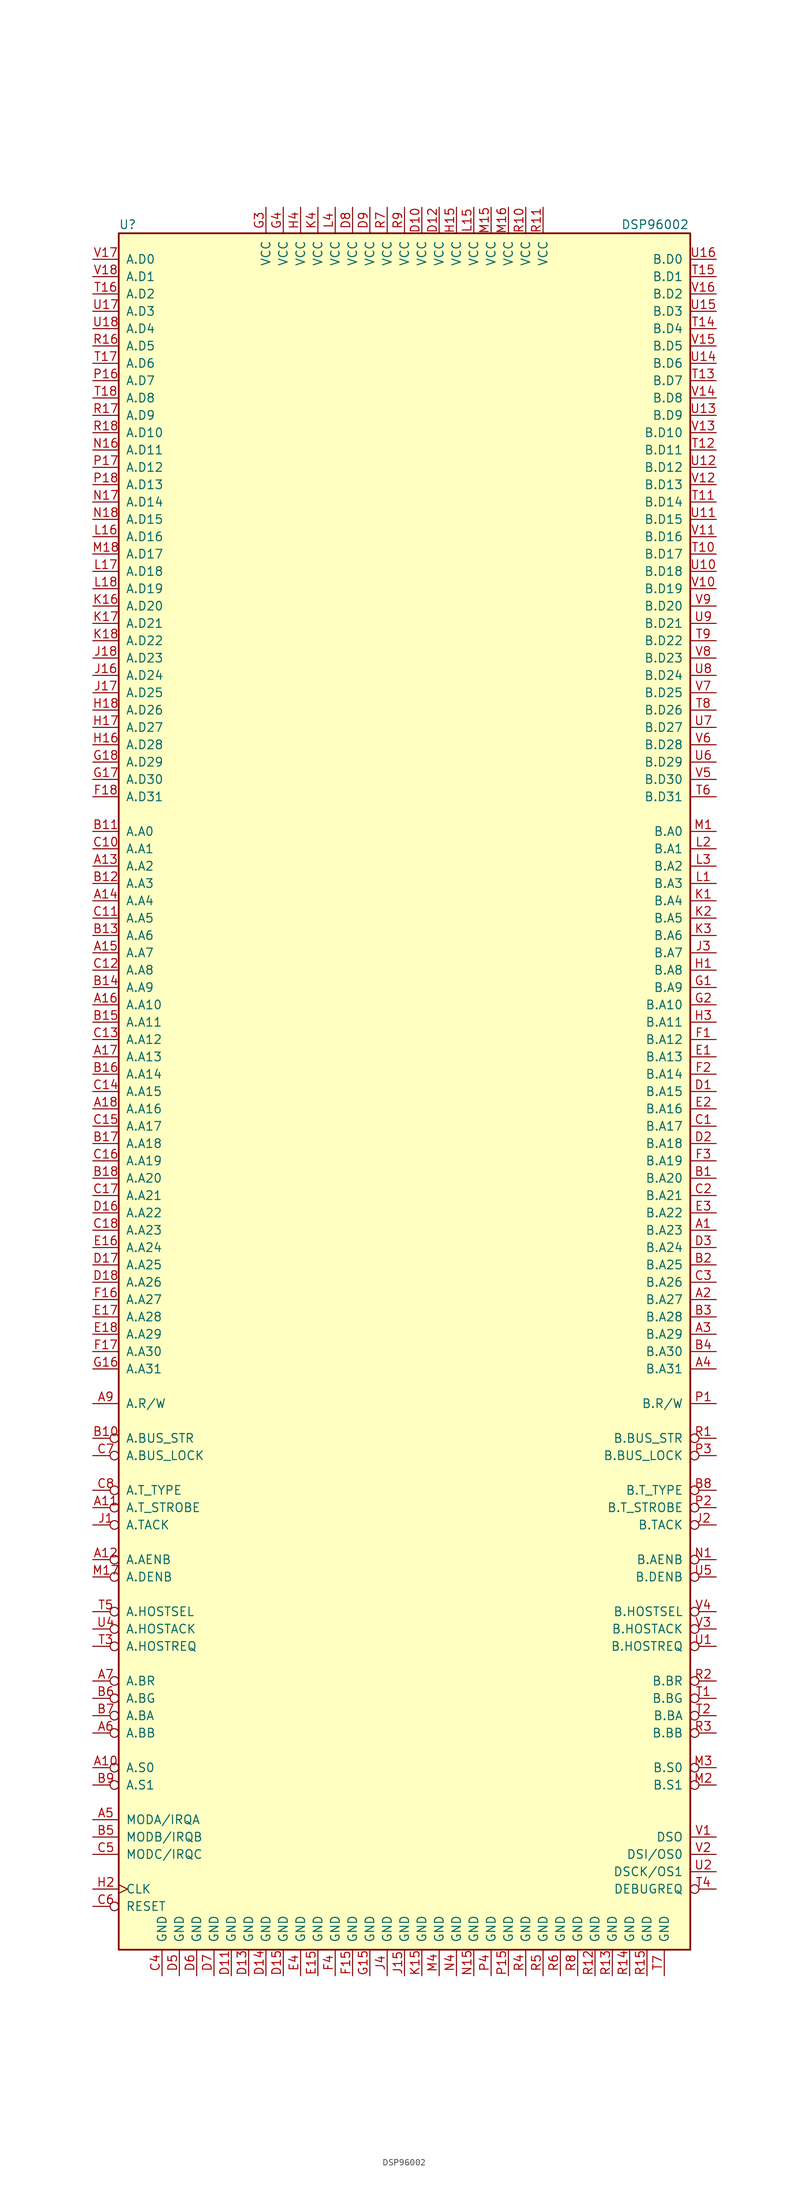
<source format=kicad_sym>
(kicad_symbol_lib
  (version 20241209)
  (generator "kicad_symbol_editor")
  (generator_version "9.0")
  (symbol "DSP96002"
    (pin_names
      (offset 1.016))
    (property "Reference" "U"
      (at -41.91 127 0)
      (effects (font (size 1.27 1.27)) (justify left)))
    (property "Value" "DSP96002"
      (at 31.75 127 0)
      (effects (font (size 1.27 1.27)) (justify left)))
    (symbol "DSP96002_0_1"
      (rectangle (start -41.91 -125.73) (end 41.91 125.73) (stroke (width 0.254) (type default)) (fill (type background))))
    (symbol "DSP96002_1_1"
      (pin tri_state line (at -45.72 121.92 0) (length 3.81) (name "A.D0" (effects (font (size 1.27 1.27)))) (number "V17" (effects (font (size 1.27 1.27)))))
      (pin tri_state line (at -45.72 119.38 0) (length 3.81) (name "A.D1" (effects (font (size 1.27 1.27)))) (number "V18" (effects (font (size 1.27 1.27)))))
      (pin tri_state line (at -45.72 116.84 0) (length 3.81) (name "A.D2" (effects (font (size 1.27 1.27)))) (number "T16" (effects (font (size 1.27 1.27)))))
      (pin tri_state line (at -45.72 114.3 0) (length 3.81) (name "A.D3" (effects (font (size 1.27 1.27)))) (number "U17" (effects (font (size 1.27 1.27)))))
      (pin tri_state line (at -45.72 111.76 0) (length 3.81) (name "A.D4" (effects (font (size 1.27 1.27)))) (number "U18" (effects (font (size 1.27 1.27)))))
      (pin tri_state line (at -45.72 109.22 0) (length 3.81) (name "A.D5" (effects (font (size 1.27 1.27)))) (number "R16" (effects (font (size 1.27 1.27)))))
      (pin tri_state line (at -45.72 106.68 0) (length 3.81) (name "A.D6" (effects (font (size 1.27 1.27)))) (number "T17" (effects (font (size 1.27 1.27)))))
      (pin tri_state line (at -45.72 104.14 0) (length 3.81) (name "A.D7" (effects (font (size 1.27 1.27)))) (number "P16" (effects (font (size 1.27 1.27)))))
      (pin tri_state line (at -45.72 101.6 0) (length 3.81) (name "A.D8" (effects (font (size 1.27 1.27)))) (number "T18" (effects (font (size 1.27 1.27)))))
      (pin tri_state line (at -45.72 99.06 0) (length 3.81) (name "A.D9" (effects (font (size 1.27 1.27)))) (number "R17" (effects (font (size 1.27 1.27)))))
      (pin tri_state line (at -45.72 96.52 0) (length 3.81) (name "A.D10" (effects (font (size 1.27 1.27)))) (number "R18" (effects (font (size 1.27 1.27)))))
      (pin tri_state line (at -45.72 93.98 0) (length 3.81) (name "A.D11" (effects (font (size 1.27 1.27)))) (number "N16" (effects (font (size 1.27 1.27)))))
      (pin tri_state line (at -45.72 91.44 0) (length 3.81) (name "A.D12" (effects (font (size 1.27 1.27)))) (number "P17" (effects (font (size 1.27 1.27)))))
      (pin tri_state line (at -45.72 88.9 0) (length 3.81) (name "A.D13" (effects (font (size 1.27 1.27)))) (number "P18" (effects (font (size 1.27 1.27)))))
      (pin tri_state line (at -45.72 86.36 0) (length 3.81) (name "A.D14" (effects (font (size 1.27 1.27)))) (number "N17" (effects (font (size 1.27 1.27)))))
      (pin tri_state line (at -45.72 83.82 0) (length 3.81) (name "A.D15" (effects (font (size 1.27 1.27)))) (number "N18" (effects (font (size 1.27 1.27)))))
      (pin tri_state line (at -45.72 81.28 0) (length 3.81) (name "A.D16" (effects (font (size 1.27 1.27)))) (number "L16" (effects (font (size 1.27 1.27)))))
      (pin tri_state line (at -45.72 78.74 0) (length 3.81) (name "A.D17" (effects (font (size 1.27 1.27)))) (number "M18" (effects (font (size 1.27 1.27)))))
      (pin tri_state line (at -45.72 76.2 0) (length 3.81) (name "A.D18" (effects (font (size 1.27 1.27)))) (number "L17" (effects (font (size 1.27 1.27)))))
      (pin tri_state line (at -45.72 73.66 0) (length 3.81) (name "A.D19" (effects (font (size 1.27 1.27)))) (number "L18" (effects (font (size 1.27 1.27)))))
      (pin tri_state line (at -45.72 71.12 0) (length 3.81) (name "A.D20" (effects (font (size 1.27 1.27)))) (number "K16" (effects (font (size 1.27 1.27)))))
      (pin tri_state line (at -45.72 68.58 0) (length 3.81) (name "A.D21" (effects (font (size 1.27 1.27)))) (number "K17" (effects (font (size 1.27 1.27)))))
      (pin tri_state line (at -45.72 66.04 0) (length 3.81) (name "A.D22" (effects (font (size 1.27 1.27)))) (number "K18" (effects (font (size 1.27 1.27)))))
      (pin tri_state line (at -45.72 63.5 0) (length 3.81) (name "A.D23" (effects (font (size 1.27 1.27)))) (number "J18" (effects (font (size 1.27 1.27)))))
      (pin tri_state line (at -45.72 60.96 0) (length 3.81) (name "A.D24" (effects (font (size 1.27 1.27)))) (number "J16" (effects (font (size 1.27 1.27)))))
      (pin tri_state line (at -45.72 58.42 0) (length 3.81) (name "A.D25" (effects (font (size 1.27 1.27)))) (number "J17" (effects (font (size 1.27 1.27)))))
      (pin tri_state line (at -45.72 55.88 0) (length 3.81) (name "A.D26" (effects (font (size 1.27 1.27)))) (number "H18" (effects (font (size 1.27 1.27)))))
      (pin tri_state line (at -45.72 53.34 0) (length 3.81) (name "A.D27" (effects (font (size 1.27 1.27)))) (number "H17" (effects (font (size 1.27 1.27)))))
      (pin tri_state line (at -45.72 50.8 0) (length 3.81) (name "A.D28" (effects (font (size 1.27 1.27)))) (number "H16" (effects (font (size 1.27 1.27)))))
      (pin tri_state line (at -45.72 48.26 0) (length 3.81) (name "A.D29" (effects (font (size 1.27 1.27)))) (number "G18" (effects (font (size 1.27 1.27)))))
      (pin tri_state line (at -45.72 45.72 0) (length 3.81) (name "A.D30" (effects (font (size 1.27 1.27)))) (number "G17" (effects (font (size 1.27 1.27)))))
      (pin tri_state line (at -45.72 43.18 0) (length 3.81) (name "A.D31" (effects (font (size 1.27 1.27)))) (number "F18" (effects (font (size 1.27 1.27)))))
      (pin tri_state line (at -45.72 38.1 0) (length 3.81) (name "A.A0" (effects (font (size 1.27 1.27)))) (number "B11" (effects (font (size 1.27 1.27)))))
      (pin tri_state line (at -45.72 35.56 0) (length 3.81) (name "A.A1" (effects (font (size 1.27 1.27)))) (number "C10" (effects (font (size 1.27 1.27)))))
      (pin tri_state line (at -45.72 33.02 0) (length 3.81) (name "A.A2" (effects (font (size 1.27 1.27)))) (number "A13" (effects (font (size 1.27 1.27)))))
      (pin tri_state line (at -45.72 30.48 0) (length 3.81) (name "A.A3" (effects (font (size 1.27 1.27)))) (number "B12" (effects (font (size 1.27 1.27)))))
      (pin tri_state line (at -45.72 27.94 0) (length 3.81) (name "A.A4" (effects (font (size 1.27 1.27)))) (number "A14" (effects (font (size 1.27 1.27)))))
      (pin tri_state line (at -45.72 25.4 0) (length 3.81) (name "A.A5" (effects (font (size 1.27 1.27)))) (number "C11" (effects (font (size 1.27 1.27)))))
      (pin tri_state line (at -45.72 22.86 0) (length 3.81) (name "A.A6" (effects (font (size 1.27 1.27)))) (number "B13" (effects (font (size 1.27 1.27)))))
      (pin tri_state line (at -45.72 20.32 0) (length 3.81) (name "A.A7" (effects (font (size 1.27 1.27)))) (number "A15" (effects (font (size 1.27 1.27)))))
      (pin tri_state line (at -45.72 17.78 0) (length 3.81) (name "A.A8" (effects (font (size 1.27 1.27)))) (number "C12" (effects (font (size 1.27 1.27)))))
      (pin tri_state line (at -45.72 15.24 0) (length 3.81) (name "A.A9" (effects (font (size 1.27 1.27)))) (number "B14" (effects (font (size 1.27 1.27)))))
      (pin tri_state line (at -45.72 12.7 0) (length 3.81) (name "A.A10" (effects (font (size 1.27 1.27)))) (number "A16" (effects (font (size 1.27 1.27)))))
      (pin tri_state line (at -45.72 10.16 0) (length 3.81) (name "A.A11" (effects (font (size 1.27 1.27)))) (number "B15" (effects (font (size 1.27 1.27)))))
      (pin tri_state line (at -45.72 7.62 0) (length 3.81) (name "A.A12" (effects (font (size 1.27 1.27)))) (number "C13" (effects (font (size 1.27 1.27)))))
      (pin tri_state line (at -45.72 5.08 0) (length 3.81) (name "A.A13" (effects (font (size 1.27 1.27)))) (number "A17" (effects (font (size 1.27 1.27)))))
      (pin tri_state line (at -45.72 2.54 0) (length 3.81) (name "A.A14" (effects (font (size 1.27 1.27)))) (number "B16" (effects (font (size 1.27 1.27)))))
      (pin tri_state line (at -45.72 0 0) (length 3.81) (name "A.A15" (effects (font (size 1.27 1.27)))) (number "C14" (effects (font (size 1.27 1.27)))))
      (pin tri_state line (at -45.72 -2.54 0) (length 3.81) (name "A.A16" (effects (font (size 1.27 1.27)))) (number "A18" (effects (font (size 1.27 1.27)))))
      (pin tri_state line (at -45.72 -5.08 0) (length 3.81) (name "A.A17" (effects (font (size 1.27 1.27)))) (number "C15" (effects (font (size 1.27 1.27)))))
      (pin tri_state line (at -45.72 -7.62 0) (length 3.81) (name "A.A18" (effects (font (size 1.27 1.27)))) (number "B17" (effects (font (size 1.27 1.27)))))
      (pin tri_state line (at -45.72 -10.16 0) (length 3.81) (name "A.A19" (effects (font (size 1.27 1.27)))) (number "C16" (effects (font (size 1.27 1.27)))))
      (pin tri_state line (at -45.72 -12.7 0) (length 3.81) (name "A.A20" (effects (font (size 1.27 1.27)))) (number "B18" (effects (font (size 1.27 1.27)))))
      (pin tri_state line (at -45.72 -15.24 0) (length 3.81) (name "A.A21" (effects (font (size 1.27 1.27)))) (number "C17" (effects (font (size 1.27 1.27)))))
      (pin tri_state line (at -45.72 -17.78 0) (length 3.81) (name "A.A22" (effects (font (size 1.27 1.27)))) (number "D16" (effects (font (size 1.27 1.27)))))
      (pin tri_state line (at -45.72 -20.32 0) (length 3.81) (name "A.A23" (effects (font (size 1.27 1.27)))) (number "C18" (effects (font (size 1.27 1.27)))))
      (pin tri_state line (at -45.72 -22.86 0) (length 3.81) (name "A.A24" (effects (font (size 1.27 1.27)))) (number "E16" (effects (font (size 1.27 1.27)))))
      (pin tri_state line (at -45.72 -25.4 0) (length 3.81) (name "A.A25" (effects (font (size 1.27 1.27)))) (number "D17" (effects (font (size 1.27 1.27)))))
      (pin tri_state line (at -45.72 -27.94 0) (length 3.81) (name "A.A26" (effects (font (size 1.27 1.27)))) (number "D18" (effects (font (size 1.27 1.27)))))
      (pin tri_state line (at -45.72 -30.48 0) (length 3.81) (name "A.A27" (effects (font (size 1.27 1.27)))) (number "F16" (effects (font (size 1.27 1.27)))))
      (pin tri_state line (at -45.72 -33.02 0) (length 3.81) (name "A.A28" (effects (font (size 1.27 1.27)))) (number "E17" (effects (font (size 1.27 1.27)))))
      (pin tri_state line (at -45.72 -35.56 0) (length 3.81) (name "A.A29" (effects (font (size 1.27 1.27)))) (number "E18" (effects (font (size 1.27 1.27)))))
      (pin tri_state line (at -45.72 -38.1 0) (length 3.81) (name "A.A30" (effects (font (size 1.27 1.27)))) (number "F17" (effects (font (size 1.27 1.27)))))
      (pin tri_state line (at -45.72 -40.64 0) (length 3.81) (name "A.A31" (effects (font (size 1.27 1.27)))) (number "G16" (effects (font (size 1.27 1.27)))))
      (pin tri_state line (at -45.72 -45.72 0) (length 3.81) (name "A.R/W" (effects (font (size 1.27 1.27)))) (number "A9" (effects (font (size 1.27 1.27)))))
      (pin output inverted (at -45.72 -50.8 0) (length 3.81) (name "A.BUS_STR" (effects (font (size 1.27 1.27)))) (number "B10" (effects (font (size 1.27 1.27)))))
      (pin output inverted (at -45.72 -53.34 0) (length 3.81) (name "A.BUS_LOCK" (effects (font (size 1.27 1.27)))) (number "C7" (effects (font (size 1.27 1.27)))))
      (pin output inverted (at -45.72 -58.42 0) (length 3.81) (name "A.T_TYPE" (effects (font (size 1.27 1.27)))) (number "C8" (effects (font (size 1.27 1.27)))))
      (pin tri_state inverted (at -45.72 -60.96 0) (length 3.81) (name "A.T_STROBE" (effects (font (size 1.27 1.27)))) (number "A11" (effects (font (size 1.27 1.27)))))
      (pin input inverted (at -45.72 -63.5 0) (length 3.81) (name "A.TACK" (effects (font (size 1.27 1.27)))) (number "J1" (effects (font (size 1.27 1.27)))))
      (pin input inverted (at -45.72 -68.58 0) (length 3.81) (name "A.AENB" (effects (font (size 1.27 1.27)))) (number "A12" (effects (font (size 1.27 1.27)))))
      (pin input inverted (at -45.72 -71.12 0) (length 3.81) (name "A.DENB" (effects (font (size 1.27 1.27)))) (number "M17" (effects (font (size 1.27 1.27)))))
      (pin input inverted (at -45.72 -76.2 0) (length 3.81) (name "A.HOSTSEL" (effects (font (size 1.27 1.27)))) (number "T5" (effects (font (size 1.27 1.27)))))
      (pin input inverted (at -45.72 -78.74 0) (length 3.81) (name "A.HOSTACK" (effects (font (size 1.27 1.27)))) (number "U4" (effects (font (size 1.27 1.27)))))
      (pin output inverted (at -45.72 -81.28 0) (length 3.81) (name "A.HOSTREQ" (effects (font (size 1.27 1.27)))) (number "T3" (effects (font (size 1.27 1.27)))))
      (pin output inverted (at -45.72 -86.36 0) (length 3.81) (name "A.BR" (effects (font (size 1.27 1.27)))) (number "A7" (effects (font (size 1.27 1.27)))))
      (pin input inverted (at -45.72 -88.9 0) (length 3.81) (name "A.BG" (effects (font (size 1.27 1.27)))) (number "B6" (effects (font (size 1.27 1.27)))))
      (pin open_collector inverted (at -45.72 -91.44 0) (length 3.81) (name "A.BA" (effects (font (size 1.27 1.27)))) (number "B7" (effects (font (size 1.27 1.27)))))
      (pin input inverted (at -45.72 -93.98 0) (length 3.81) (name "A.BB" (effects (font (size 1.27 1.27)))) (number "A6" (effects (font (size 1.27 1.27)))))
      (pin tri_state inverted (at -45.72 -99.06 0) (length 3.81) (name "A.S0" (effects (font (size 1.27 1.27)))) (number "A10" (effects (font (size 1.27 1.27)))))
      (pin tri_state inverted (at -45.72 -101.6 0) (length 3.81) (name "A.S1" (effects (font (size 1.27 1.27)))) (number "B9" (effects (font (size 1.27 1.27)))))
      (pin input line (at -45.72 -106.68 0) (length 3.81) (name "MODA/IRQA" (effects (font (size 1.27 1.27)))) (number "A5" (effects (font (size 1.27 1.27)))))
      (pin input line (at -45.72 -109.22 0) (length 3.81) (name "MODB/IRQB" (effects (font (size 1.27 1.27)))) (number "B5" (effects (font (size 1.27 1.27)))))
      (pin input line (at -45.72 -111.76 0) (length 3.81) (name "MODC/IRQC" (effects (font (size 1.27 1.27)))) (number "C5" (effects (font (size 1.27 1.27)))))
      (pin input clock (at -45.72 -116.84 0) (length 3.81) (name "CLK" (effects (font (size 1.27 1.27)))) (number "H2" (effects (font (size 1.27 1.27)))))
      (pin input inverted (at -45.72 -119.38 0) (length 3.81) (name "RESET" (effects (font (size 1.27 1.27)))) (number "C6" (effects (font (size 1.27 1.27)))))
      (pin power_in line (at -35.56 -129.54 90) (length 3.81) (name "GND" (effects (font (size 1.27 1.27)))) (number "C4" (effects (font (size 1.27 1.27)))))
      (pin power_in line (at -33.02 -129.54 90) (length 3.81) (name "GND" (effects (font (size 1.27 1.27)))) (number "D5" (effects (font (size 1.27 1.27)))))
      (pin power_in line (at -30.48 -129.54 90) (length 3.81) (name "GND" (effects (font (size 1.27 1.27)))) (number "D6" (effects (font (size 1.27 1.27)))))
      (pin power_in line (at -27.94 -129.54 90) (length 3.81) (name "GND" (effects (font (size 1.27 1.27)))) (number "D7" (effects (font (size 1.27 1.27)))))
      (pin power_in line (at -25.4 -129.54 90) (length 3.81) (name "GND" (effects (font (size 1.27 1.27)))) (number "D11" (effects (font (size 1.27 1.27)))))
      (pin power_in line (at -22.86 -129.54 90) (length 3.81) (name "GND" (effects (font (size 1.27 1.27)))) (number "D13" (effects (font (size 1.27 1.27)))))
      (pin power_in line (at -20.32 129.54 270) (length 3.81) (name "VCC" (effects (font (size 1.27 1.27)))) (number "G3" (effects (font (size 1.27 1.27)))))
      (pin power_in line (at -20.32 -129.54 90) (length 3.81) (name "GND" (effects (font (size 1.27 1.27)))) (number "D14" (effects (font (size 1.27 1.27)))))
      (pin power_in line (at -17.78 129.54 270) (length 3.81) (name "VCC" (effects (font (size 1.27 1.27)))) (number "G4" (effects (font (size 1.27 1.27)))))
      (pin power_in line (at -17.78 -129.54 90) (length 3.81) (name "GND" (effects (font (size 1.27 1.27)))) (number "D15" (effects (font (size 1.27 1.27)))))
      (pin power_in line (at -15.24 129.54 270) (length 3.81) (name "VCC" (effects (font (size 1.27 1.27)))) (number "H4" (effects (font (size 1.27 1.27)))))
      (pin power_in line (at -15.24 -129.54 90) (length 3.81) (name "GND" (effects (font (size 1.27 1.27)))) (number "E4" (effects (font (size 1.27 1.27)))))
      (pin power_in line (at -12.7 129.54 270) (length 3.81) (name "VCC" (effects (font (size 1.27 1.27)))) (number "K4" (effects (font (size 1.27 1.27)))))
      (pin power_in line (at -12.7 -129.54 90) (length 3.81) (name "GND" (effects (font (size 1.27 1.27)))) (number "E15" (effects (font (size 1.27 1.27)))))
      (pin power_in line (at -10.16 129.54 270) (length 3.81) (name "VCC" (effects (font (size 1.27 1.27)))) (number "L4" (effects (font (size 1.27 1.27)))))
      (pin power_in line (at -10.16 -129.54 90) (length 3.81) (name "GND" (effects (font (size 1.27 1.27)))) (number "F4" (effects (font (size 1.27 1.27)))))
      (pin power_in line (at -7.62 129.54 270) (length 3.81) (name "VCC" (effects (font (size 1.27 1.27)))) (number "D8" (effects (font (size 1.27 1.27)))))
      (pin power_in line (at -7.62 -129.54 90) (length 3.81) (name "GND" (effects (font (size 1.27 1.27)))) (number "F15" (effects (font (size 1.27 1.27)))))
      (pin power_in line (at -5.08 129.54 270) (length 3.81) (name "VCC" (effects (font (size 1.27 1.27)))) (number "D9" (effects (font (size 1.27 1.27)))))
      (pin power_in line (at -5.08 -129.54 90) (length 3.81) (name "GND" (effects (font (size 1.27 1.27)))) (number "G15" (effects (font (size 1.27 1.27)))))
      (pin power_in line (at -2.54 129.54 270) (length 3.81) (name "VCC" (effects (font (size 1.27 1.27)))) (number "R7" (effects (font (size 1.27 1.27)))))
      (pin power_in line (at -2.54 -129.54 90) (length 3.81) (name "GND" (effects (font (size 1.27 1.27)))) (number "J4" (effects (font (size 1.27 1.27)))))
      (pin power_in line (at 0 129.54 270) (length 3.81) (name "VCC" (effects (font (size 1.27 1.27)))) (number "R9" (effects (font (size 1.27 1.27)))))
      (pin power_in line (at 0 -129.54 90) (length 3.81) (name "GND" (effects (font (size 1.27 1.27)))) (number "J15" (effects (font (size 1.27 1.27)))))
      (pin power_in line (at 2.54 129.54 270) (length 3.81) (name "VCC" (effects (font (size 1.27 1.27)))) (number "D10" (effects (font (size 1.27 1.27)))))
      (pin power_in line (at 2.54 -129.54 90) (length 3.81) (name "GND" (effects (font (size 1.27 1.27)))) (number "K15" (effects (font (size 1.27 1.27)))))
      (pin power_in line (at 5.08 129.54 270) (length 3.81) (name "VCC" (effects (font (size 1.27 1.27)))) (number "D12" (effects (font (size 1.27 1.27)))))
      (pin power_in line (at 5.08 -129.54 90) (length 3.81) (name "GND" (effects (font (size 1.27 1.27)))) (number "M4" (effects (font (size 1.27 1.27)))))
      (pin power_in line (at 7.62 129.54 270) (length 3.81) (name "VCC" (effects (font (size 1.27 1.27)))) (number "H15" (effects (font (size 1.27 1.27)))))
      (pin power_in line (at 7.62 -129.54 90) (length 3.81) (name "GND" (effects (font (size 1.27 1.27)))) (number "N4" (effects (font (size 1.27 1.27)))))
      (pin power_in line (at 10.16 129.54 270) (length 3.81) (name "VCC" (effects (font (size 1.27 1.27)))) (number "L15" (effects (font (size 1.27 1.27)))))
      (pin power_in line (at 10.16 -129.54 90) (length 3.81) (name "GND" (effects (font (size 1.27 1.27)))) (number "N15" (effects (font (size 1.27 1.27)))))
      (pin power_in line (at 12.7 129.54 270) (length 3.81) (name "VCC" (effects (font (size 1.27 1.27)))) (number "M15" (effects (font (size 1.27 1.27)))))
      (pin power_in line (at 12.7 -129.54 90) (length 3.81) (name "GND" (effects (font (size 1.27 1.27)))) (number "P4" (effects (font (size 1.27 1.27)))))
      (pin power_in line (at 15.24 129.54 270) (length 3.81) (name "VCC" (effects (font (size 1.27 1.27)))) (number "M16" (effects (font (size 1.27 1.27)))))
      (pin power_in line (at 15.24 -129.54 90) (length 3.81) (name "GND" (effects (font (size 1.27 1.27)))) (number "P15" (effects (font (size 1.27 1.27)))))
      (pin power_in line (at 17.78 129.54 270) (length 3.81) (name "VCC" (effects (font (size 1.27 1.27)))) (number "R10" (effects (font (size 1.27 1.27)))))
      (pin power_in line (at 17.78 -129.54 90) (length 3.81) (name "GND" (effects (font (size 1.27 1.27)))) (number "R4" (effects (font (size 1.27 1.27)))))
      (pin power_in line (at 20.32 129.54 270) (length 3.81) (name "VCC" (effects (font (size 1.27 1.27)))) (number "R11" (effects (font (size 1.27 1.27)))))
      (pin power_in line (at 20.32 -129.54 90) (length 3.81) (name "GND" (effects (font (size 1.27 1.27)))) (number "R5" (effects (font (size 1.27 1.27)))))
      (pin power_in line (at 22.86 -129.54 90) (length 3.81) (name "GND" (effects (font (size 1.27 1.27)))) (number "R6" (effects (font (size 1.27 1.27)))))
      (pin power_in line (at 25.4 -129.54 90) (length 3.81) (name "GND" (effects (font (size 1.27 1.27)))) (number "R8" (effects (font (size 1.27 1.27)))))
      (pin power_in line (at 27.94 -129.54 90) (length 3.81) (name "GND" (effects (font (size 1.27 1.27)))) (number "R12" (effects (font (size 1.27 1.27)))))
      (pin power_in line (at 30.48 -129.54 90) (length 3.81) (name "GND" (effects (font (size 1.27 1.27)))) (number "R13" (effects (font (size 1.27 1.27)))))
      (pin power_in line (at 33.02 -129.54 90) (length 3.81) (name "GND" (effects (font (size 1.27 1.27)))) (number "R14" (effects (font (size 1.27 1.27)))))
      (pin power_in line (at 35.56 -129.54 90) (length 3.81) (name "GND" (effects (font (size 1.27 1.27)))) (number "R15" (effects (font (size 1.27 1.27)))))
      (pin power_in line (at 38.1 -129.54 90) (length 3.81) (name "GND" (effects (font (size 1.27 1.27)))) (number "T7" (effects (font (size 1.27 1.27)))))
      (pin tri_state line (at 45.72 121.92 180) (length 3.81) (name "B.D0" (effects (font (size 1.27 1.27)))) (number "U16" (effects (font (size 1.27 1.27)))))
      (pin tri_state line (at 45.72 119.38 180) (length 3.81) (name "B.D1" (effects (font (size 1.27 1.27)))) (number "T15" (effects (font (size 1.27 1.27)))))
      (pin tri_state line (at 45.72 116.84 180) (length 3.81) (name "B.D2" (effects (font (size 1.27 1.27)))) (number "V16" (effects (font (size 1.27 1.27)))))
      (pin tri_state line (at 45.72 114.3 180) (length 3.81) (name "B.D3" (effects (font (size 1.27 1.27)))) (number "U15" (effects (font (size 1.27 1.27)))))
      (pin tri_state line (at 45.72 111.76 180) (length 3.81) (name "B.D4" (effects (font (size 1.27 1.27)))) (number "T14" (effects (font (size 1.27 1.27)))))
      (pin tri_state line (at 45.72 109.22 180) (length 3.81) (name "B.D5" (effects (font (size 1.27 1.27)))) (number "V15" (effects (font (size 1.27 1.27)))))
      (pin tri_state line (at 45.72 106.68 180) (length 3.81) (name "B.D6" (effects (font (size 1.27 1.27)))) (number "U14" (effects (font (size 1.27 1.27)))))
      (pin tri_state line (at 45.72 104.14 180) (length 3.81) (name "B.D7" (effects (font (size 1.27 1.27)))) (number "T13" (effects (font (size 1.27 1.27)))))
      (pin tri_state line (at 45.72 101.6 180) (length 3.81) (name "B.D8" (effects (font (size 1.27 1.27)))) (number "V14" (effects (font (size 1.27 1.27)))))
      (pin tri_state line (at 45.72 99.06 180) (length 3.81) (name "B.D9" (effects (font (size 1.27 1.27)))) (number "U13" (effects (font (size 1.27 1.27)))))
      (pin tri_state line (at 45.72 96.52 180) (length 3.81) (name "B.D10" (effects (font (size 1.27 1.27)))) (number "V13" (effects (font (size 1.27 1.27)))))
      (pin tri_state line (at 45.72 93.98 180) (length 3.81) (name "B.D11" (effects (font (size 1.27 1.27)))) (number "T12" (effects (font (size 1.27 1.27)))))
      (pin tri_state line (at 45.72 91.44 180) (length 3.81) (name "B.D12" (effects (font (size 1.27 1.27)))) (number "U12" (effects (font (size 1.27 1.27)))))
      (pin tri_state line (at 45.72 88.9 180) (length 3.81) (name "B.D13" (effects (font (size 1.27 1.27)))) (number "V12" (effects (font (size 1.27 1.27)))))
      (pin tri_state line (at 45.72 86.36 180) (length 3.81) (name "B.D14" (effects (font (size 1.27 1.27)))) (number "T11" (effects (font (size 1.27 1.27)))))
      (pin tri_state line (at 45.72 83.82 180) (length 3.81) (name "B.D15" (effects (font (size 1.27 1.27)))) (number "U11" (effects (font (size 1.27 1.27)))))
      (pin tri_state line (at 45.72 81.28 180) (length 3.81) (name "B.D16" (effects (font (size 1.27 1.27)))) (number "V11" (effects (font (size 1.27 1.27)))))
      (pin tri_state line (at 45.72 78.74 180) (length 3.81) (name "B.D17" (effects (font (size 1.27 1.27)))) (number "T10" (effects (font (size 1.27 1.27)))))
      (pin tri_state line (at 45.72 76.2 180) (length 3.81) (name "B.D18" (effects (font (size 1.27 1.27)))) (number "U10" (effects (font (size 1.27 1.27)))))
      (pin tri_state line (at 45.72 73.66 180) (length 3.81) (name "B.D19" (effects (font (size 1.27 1.27)))) (number "V10" (effects (font (size 1.27 1.27)))))
      (pin tri_state line (at 45.72 71.12 180) (length 3.81) (name "B.D20" (effects (font (size 1.27 1.27)))) (number "V9" (effects (font (size 1.27 1.27)))))
      (pin tri_state line (at 45.72 68.58 180) (length 3.81) (name "B.D21" (effects (font (size 1.27 1.27)))) (number "U9" (effects (font (size 1.27 1.27)))))
      (pin tri_state line (at 45.72 66.04 180) (length 3.81) (name "B.D22" (effects (font (size 1.27 1.27)))) (number "T9" (effects (font (size 1.27 1.27)))))
      (pin tri_state line (at 45.72 63.5 180) (length 3.81) (name "B.D23" (effects (font (size 1.27 1.27)))) (number "V8" (effects (font (size 1.27 1.27)))))
      (pin tri_state line (at 45.72 60.96 180) (length 3.81) (name "B.D24" (effects (font (size 1.27 1.27)))) (number "U8" (effects (font (size 1.27 1.27)))))
      (pin tri_state line (at 45.72 58.42 180) (length 3.81) (name "B.D25" (effects (font (size 1.27 1.27)))) (number "V7" (effects (font (size 1.27 1.27)))))
      (pin tri_state line (at 45.72 55.88 180) (length 3.81) (name "B.D26" (effects (font (size 1.27 1.27)))) (number "T8" (effects (font (size 1.27 1.27)))))
      (pin tri_state line (at 45.72 53.34 180) (length 3.81) (name "B.D27" (effects (font (size 1.27 1.27)))) (number "U7" (effects (font (size 1.27 1.27)))))
      (pin tri_state line (at 45.72 50.8 180) (length 3.81) (name "B.D28" (effects (font (size 1.27 1.27)))) (number "V6" (effects (font (size 1.27 1.27)))))
      (pin tri_state line (at 45.72 48.26 180) (length 3.81) (name "B.D29" (effects (font (size 1.27 1.27)))) (number "U6" (effects (font (size 1.27 1.27)))))
      (pin tri_state line (at 45.72 45.72 180) (length 3.81) (name "B.D30" (effects (font (size 1.27 1.27)))) (number "V5" (effects (font (size 1.27 1.27)))))
      (pin tri_state line (at 45.72 43.18 180) (length 3.81) (name "B.D31" (effects (font (size 1.27 1.27)))) (number "T6" (effects (font (size 1.27 1.27)))))
      (pin tri_state line (at 45.72 38.1 180) (length 3.81) (name "B.A0" (effects (font (size 1.27 1.27)))) (number "M1" (effects (font (size 1.27 1.27)))))
      (pin tri_state line (at 45.72 35.56 180) (length 3.81) (name "B.A1" (effects (font (size 1.27 1.27)))) (number "L2" (effects (font (size 1.27 1.27)))))
      (pin tri_state line (at 45.72 33.02 180) (length 3.81) (name "B.A2" (effects (font (size 1.27 1.27)))) (number "L3" (effects (font (size 1.27 1.27)))))
      (pin tri_state line (at 45.72 30.48 180) (length 3.81) (name "B.A3" (effects (font (size 1.27 1.27)))) (number "L1" (effects (font (size 1.27 1.27)))))
      (pin tri_state line (at 45.72 27.94 180) (length 3.81) (name "B.A4" (effects (font (size 1.27 1.27)))) (number "K1" (effects (font (size 1.27 1.27)))))
      (pin tri_state line (at 45.72 25.4 180) (length 3.81) (name "B.A5" (effects (font (size 1.27 1.27)))) (number "K2" (effects (font (size 1.27 1.27)))))
      (pin tri_state line (at 45.72 22.86 180) (length 3.81) (name "B.A6" (effects (font (size 1.27 1.27)))) (number "K3" (effects (font (size 1.27 1.27)))))
      (pin tri_state line (at 45.72 20.32 180) (length 3.81) (name "B.A7" (effects (font (size 1.27 1.27)))) (number "J3" (effects (font (size 1.27 1.27)))))
      (pin tri_state line (at 45.72 17.78 180) (length 3.81) (name "B.A8" (effects (font (size 1.27 1.27)))) (number "H1" (effects (font (size 1.27 1.27)))))
      (pin tri_state line (at 45.72 15.24 180) (length 3.81) (name "B.A9" (effects (font (size 1.27 1.27)))) (number "G1" (effects (font (size 1.27 1.27)))))
      (pin tri_state line (at 45.72 12.7 180) (length 3.81) (name "B.A10" (effects (font (size 1.27 1.27)))) (number "G2" (effects (font (size 1.27 1.27)))))
      (pin tri_state line (at 45.72 10.16 180) (length 3.81) (name "B.A11" (effects (font (size 1.27 1.27)))) (number "H3" (effects (font (size 1.27 1.27)))))
      (pin tri_state line (at 45.72 7.62 180) (length 3.81) (name "B.A12" (effects (font (size 1.27 1.27)))) (number "F1" (effects (font (size 1.27 1.27)))))
      (pin tri_state line (at 45.72 5.08 180) (length 3.81) (name "B.A13" (effects (font (size 1.27 1.27)))) (number "E1" (effects (font (size 1.27 1.27)))))
      (pin tri_state line (at 45.72 2.54 180) (length 3.81) (name "B.A14" (effects (font (size 1.27 1.27)))) (number "F2" (effects (font (size 1.27 1.27)))))
      (pin tri_state line (at 45.72 0 180) (length 3.81) (name "B.A15" (effects (font (size 1.27 1.27)))) (number "D1" (effects (font (size 1.27 1.27)))))
      (pin tri_state line (at 45.72 -2.54 180) (length 3.81) (name "B.A16" (effects (font (size 1.27 1.27)))) (number "E2" (effects (font (size 1.27 1.27)))))
      (pin tri_state line (at 45.72 -5.08 180) (length 3.81) (name "B.A17" (effects (font (size 1.27 1.27)))) (number "C1" (effects (font (size 1.27 1.27)))))
      (pin tri_state line (at 45.72 -7.62 180) (length 3.81) (name "B.A18" (effects (font (size 1.27 1.27)))) (number "D2" (effects (font (size 1.27 1.27)))))
      (pin tri_state line (at 45.72 -10.16 180) (length 3.81) (name "B.A19" (effects (font (size 1.27 1.27)))) (number "F3" (effects (font (size 1.27 1.27)))))
      (pin tri_state line (at 45.72 -12.7 180) (length 3.81) (name "B.A20" (effects (font (size 1.27 1.27)))) (number "B1" (effects (font (size 1.27 1.27)))))
      (pin tri_state line (at 45.72 -15.24 180) (length 3.81) (name "B.A21" (effects (font (size 1.27 1.27)))) (number "C2" (effects (font (size 1.27 1.27)))))
      (pin tri_state line (at 45.72 -17.78 180) (length 3.81) (name "B.A22" (effects (font (size 1.27 1.27)))) (number "E3" (effects (font (size 1.27 1.27)))))
      (pin tri_state line (at 45.72 -20.32 180) (length 3.81) (name "B.A23" (effects (font (size 1.27 1.27)))) (number "A1" (effects (font (size 1.27 1.27)))))
      (pin tri_state line (at 45.72 -22.86 180) (length 3.81) (name "B.A24" (effects (font (size 1.27 1.27)))) (number "D3" (effects (font (size 1.27 1.27)))))
      (pin tri_state line (at 45.72 -25.4 180) (length 3.81) (name "B.A25" (effects (font (size 1.27 1.27)))) (number "B2" (effects (font (size 1.27 1.27)))))
      (pin tri_state line (at 45.72 -27.94 180) (length 3.81) (name "B.A26" (effects (font (size 1.27 1.27)))) (number "C3" (effects (font (size 1.27 1.27)))))
      (pin tri_state line (at 45.72 -30.48 180) (length 3.81) (name "B.A27" (effects (font (size 1.27 1.27)))) (number "A2" (effects (font (size 1.27 1.27)))))
      (pin tri_state line (at 45.72 -33.02 180) (length 3.81) (name "B.A28" (effects (font (size 1.27 1.27)))) (number "B3" (effects (font (size 1.27 1.27)))))
      (pin tri_state line (at 45.72 -35.56 180) (length 3.81) (name "B.A29" (effects (font (size 1.27 1.27)))) (number "A3" (effects (font (size 1.27 1.27)))))
      (pin tri_state line (at 45.72 -38.1 180) (length 3.81) (name "B.A30" (effects (font (size 1.27 1.27)))) (number "B4" (effects (font (size 1.27 1.27)))))
      (pin tri_state line (at 45.72 -40.64 180) (length 3.81) (name "B.A31" (effects (font (size 1.27 1.27)))) (number "A4" (effects (font (size 1.27 1.27)))))
      (pin tri_state line (at 45.72 -45.72 180) (length 3.81) (name "B.R/W" (effects (font (size 1.27 1.27)))) (number "P1" (effects (font (size 1.27 1.27)))))
      (pin output inverted (at 45.72 -50.8 180) (length 3.81) (name "B.BUS_STR" (effects (font (size 1.27 1.27)))) (number "R1" (effects (font (size 1.27 1.27)))))
      (pin output inverted (at 45.72 -53.34 180) (length 3.81) (name "B.BUS_LOCK" (effects (font (size 1.27 1.27)))) (number "P3" (effects (font (size 1.27 1.27)))))
      (pin output inverted (at 45.72 -58.42 180) (length 3.81) (name "B.T_TYPE" (effects (font (size 1.27 1.27)))) (number "B8" (effects (font (size 1.27 1.27)))))
      (pin tri_state inverted (at 45.72 -60.96 180) (length 3.81) (name "B.T_STROBE" (effects (font (size 1.27 1.27)))) (number "P2" (effects (font (size 1.27 1.27)))))
      (pin input inverted (at 45.72 -63.5 180) (length 3.81) (name "B.TACK" (effects (font (size 1.27 1.27)))) (number "J2" (effects (font (size 1.27 1.27)))))
      (pin input inverted (at 45.72 -68.58 180) (length 3.81) (name "B.AENB" (effects (font (size 1.27 1.27)))) (number "N1" (effects (font (size 1.27 1.27)))))
      (pin input inverted (at 45.72 -71.12 180) (length 3.81) (name "B.DENB" (effects (font (size 1.27 1.27)))) (number "U5" (effects (font (size 1.27 1.27)))))
      (pin input inverted (at 45.72 -76.2 180) (length 3.81) (name "B.HOSTSEL" (effects (font (size 1.27 1.27)))) (number "V4" (effects (font (size 1.27 1.27)))))
      (pin input inverted (at 45.72 -78.74 180) (length 3.81) (name "B.HOSTACK" (effects (font (size 1.27 1.27)))) (number "V3" (effects (font (size 1.27 1.27)))))
      (pin output inverted (at 45.72 -81.28 180) (length 3.81) (name "B.HOSTREQ" (effects (font (size 1.27 1.27)))) (number "U1" (effects (font (size 1.27 1.27)))))
      (pin output inverted (at 45.72 -86.36 180) (length 3.81) (name "B.BR" (effects (font (size 1.27 1.27)))) (number "R2" (effects (font (size 1.27 1.27)))))
      (pin input inverted (at 45.72 -88.9 180) (length 3.81) (name "B.BG" (effects (font (size 1.27 1.27)))) (number "T1" (effects (font (size 1.27 1.27)))))
      (pin open_collector inverted (at 45.72 -91.44 180) (length 3.81) (name "B.BA" (effects (font (size 1.27 1.27)))) (number "T2" (effects (font (size 1.27 1.27)))))
      (pin input inverted (at 45.72 -93.98 180) (length 3.81) (name "B.BB" (effects (font (size 1.27 1.27)))) (number "R3" (effects (font (size 1.27 1.27)))))
      (pin tri_state inverted (at 45.72 -99.06 180) (length 3.81) (name "B.S0" (effects (font (size 1.27 1.27)))) (number "M3" (effects (font (size 1.27 1.27)))))
      (pin tri_state inverted (at 45.72 -101.6 180) (length 3.81) (name "B.S1" (effects (font (size 1.27 1.27)))) (number "M2" (effects (font (size 1.27 1.27)))))
      (pin output line (at 45.72 -109.22 180) (length 3.81) (name "DSO" (effects (font (size 1.27 1.27)))) (number "V1" (effects (font (size 1.27 1.27)))))
      (pin bidirectional line (at 45.72 -111.76 180) (length 3.81) (name "DSI/OS0" (effects (font (size 1.27 1.27)))) (number "V2" (effects (font (size 1.27 1.27)))))
      (pin bidirectional line (at 45.72 -114.3 180) (length 3.81) (name "DSCK/OS1" (effects (font (size 1.27 1.27)))) (number "U2" (effects (font (size 1.27 1.27)))))
      (pin input inverted (at 45.72 -116.84 180) (length 3.81) (name "DEBUGREQ" (effects (font (size 1.27 1.27)))) (number "T4" (effects (font (size 1.27 1.27))))))))
</source>
